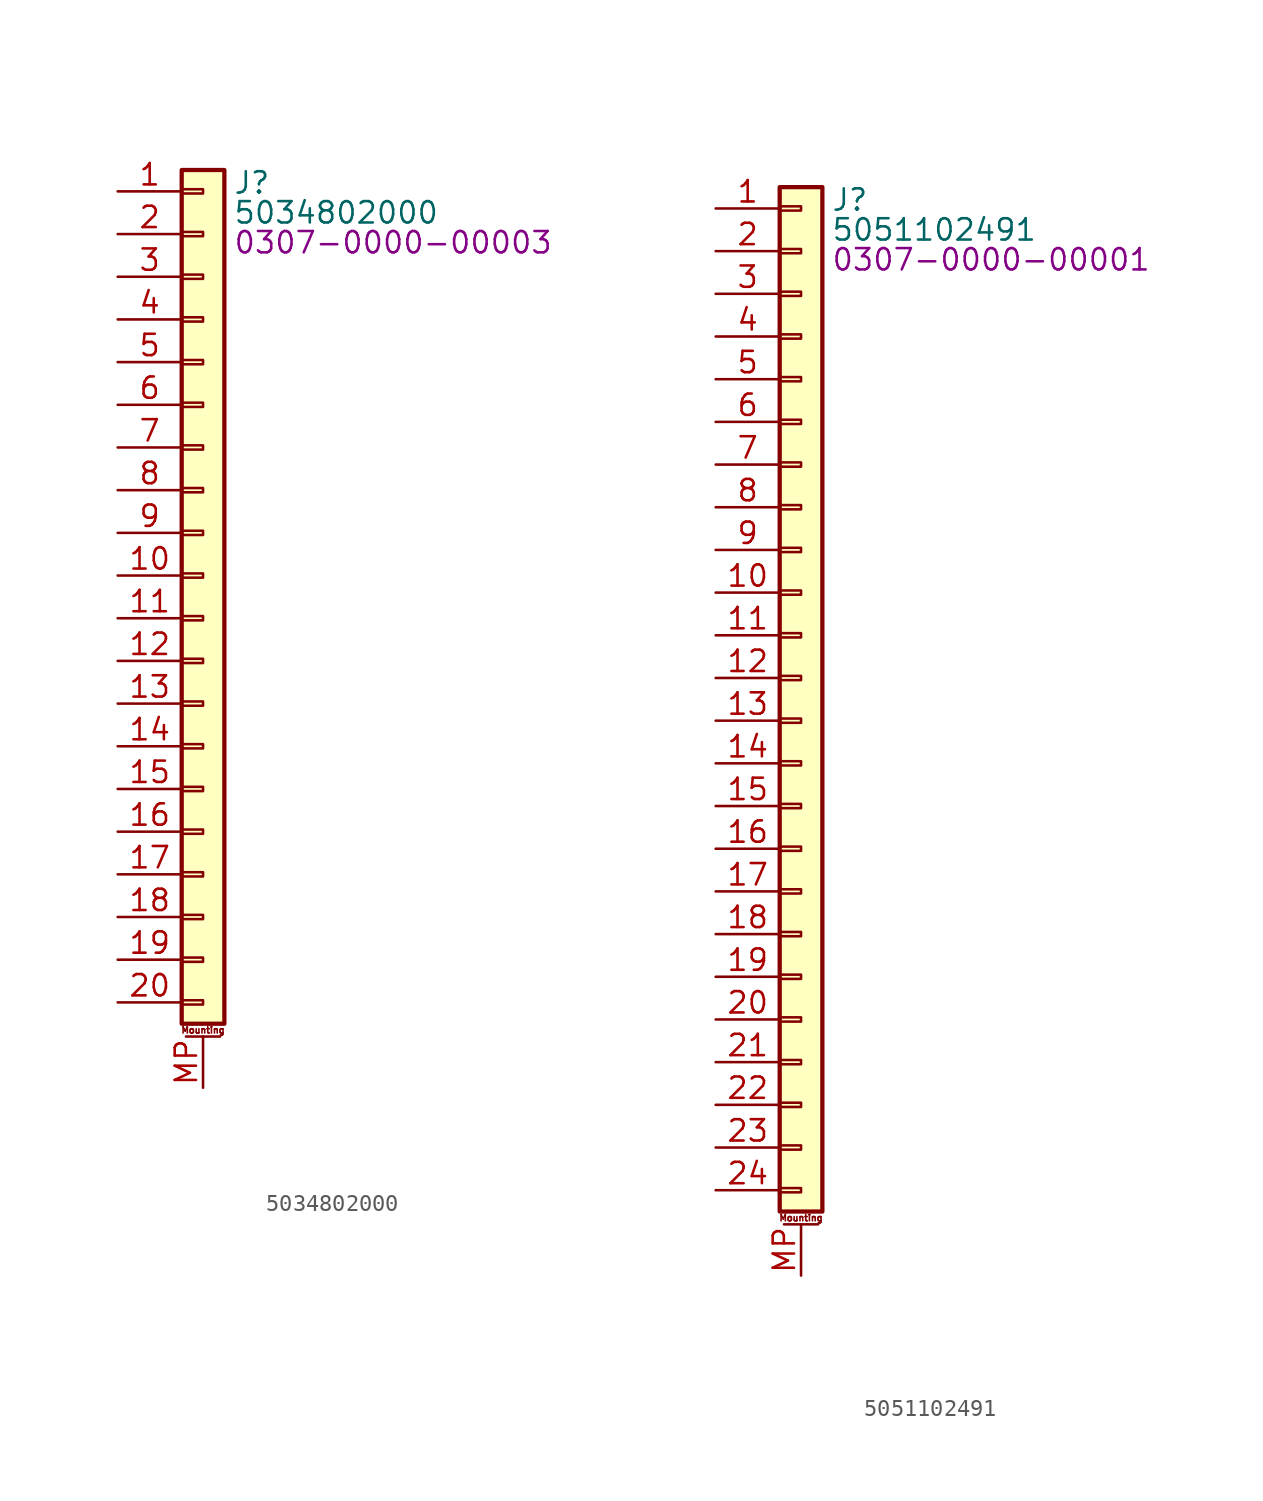
<source format=kicad_sym>
(kicad_symbol_lib
  (version 20231120)
  (generator "kicad_symbol_editor")
  (generator_version "8.0")
  (symbol "5034802000"
    (pin_names
      (offset 1.016) hide)
    (property "Reference" "J"
      (at 1.778 23.368 0)
      (effects (font (size 1.27 1.27)) (justify left)))
    (property "Value" "5034802000"
      (at 1.778 21.59 0)
      (effects (font (size 1.27 1.27)) (justify left)))
    (property "PartNumber" "0307-0000-00003"
      (at 1.778 19.812 0)
      (effects (font (size 1.27 1.27)) (justify left)))
    (symbol "5034802000_1_1"
      (rectangle (start -1.27 -25.273) (end 0 -25.527) (stroke (width 0.152) (type default)) (fill (type none)))
      (rectangle (start -1.27 -22.733) (end 0 -22.987) (stroke (width 0.152) (type default)) (fill (type none)))
      (rectangle (start -1.27 -20.193) (end 0 -20.447) (stroke (width 0.152) (type default)) (fill (type none)))
      (rectangle (start -1.27 -17.653) (end 0 -17.907) (stroke (width 0.152) (type default)) (fill (type none)))
      (rectangle (start -1.27 -15.113) (end 0 -15.367) (stroke (width 0.152) (type default)) (fill (type none)))
      (rectangle (start -1.27 -12.573) (end 0 -12.827) (stroke (width 0.152) (type default)) (fill (type none)))
      (rectangle (start -1.27 -10.033) (end 0 -10.287) (stroke (width 0.152) (type default)) (fill (type none)))
      (rectangle (start -1.27 -7.493) (end 0 -7.747) (stroke (width 0.152) (type default)) (fill (type none)))
      (rectangle (start -1.27 -4.953) (end 0 -5.207) (stroke (width 0.152) (type default)) (fill (type none)))
      (rectangle (start -1.27 -2.413) (end 0 -2.667) (stroke (width 0.152) (type default)) (fill (type none)))
      (rectangle (start -1.27 0.127) (end 0 -0.127) (stroke (width 0.152) (type default)) (fill (type none)))
      (rectangle (start -1.27 2.667) (end 0 2.413) (stroke (width 0.152) (type default)) (fill (type none)))
      (rectangle (start -1.27 5.207) (end 0 4.953) (stroke (width 0.152) (type default)) (fill (type none)))
      (rectangle (start -1.27 7.747) (end 0 7.493) (stroke (width 0.152) (type default)) (fill (type none)))
      (rectangle (start -1.27 10.287) (end 0 10.033) (stroke (width 0.152) (type default)) (fill (type none)))
      (rectangle (start -1.27 12.827) (end 0 12.573) (stroke (width 0.152) (type default)) (fill (type none)))
      (rectangle (start -1.27 15.367) (end 0 15.113) (stroke (width 0.152) (type default)) (fill (type none)))
      (rectangle (start -1.27 17.907) (end 0 17.653) (stroke (width 0.152) (type default)) (fill (type none)))
      (rectangle (start -1.27 20.447) (end 0 20.193) (stroke (width 0.152) (type default)) (fill (type none)))
      (rectangle (start -1.27 22.987) (end 0 22.733) (stroke (width 0.152) (type default)) (fill (type none)))
      (rectangle (start -1.27 24.13) (end 1.27 -26.67) (stroke (width 0.254) (type default)) (fill (type background)))
      (polyline (pts (xy -1.016 -27.432) (xy 1.016 -27.432)) (stroke (width 0.152) (type default)) (fill (type none)))
      (text "Mounting" (at 0 -27.051 0) (effects (font (size 0.381 0.381))))
      (pin passive line (at -5.08 22.86 0) (length 3.81) (name "Pin_1" (effects (font (size 1.27 1.27)))) (number "1" (effects (font (size 1.27 1.27)))))
      (pin passive line (at -5.08 0 0) (length 3.81) (name "Pin_10" (effects (font (size 1.27 1.27)))) (number "10" (effects (font (size 1.27 1.27)))))
      (pin passive line (at -5.08 -2.54 0) (length 3.81) (name "Pin_11" (effects (font (size 1.27 1.27)))) (number "11" (effects (font (size 1.27 1.27)))))
      (pin passive line (at -5.08 -5.08 0) (length 3.81) (name "Pin_12" (effects (font (size 1.27 1.27)))) (number "12" (effects (font (size 1.27 1.27)))))
      (pin passive line (at -5.08 -7.62 0) (length 3.81) (name "Pin_13" (effects (font (size 1.27 1.27)))) (number "13" (effects (font (size 1.27 1.27)))))
      (pin passive line (at -5.08 -10.16 0) (length 3.81) (name "Pin_14" (effects (font (size 1.27 1.27)))) (number "14" (effects (font (size 1.27 1.27)))))
      (pin passive line (at -5.08 -12.7 0) (length 3.81) (name "Pin_15" (effects (font (size 1.27 1.27)))) (number "15" (effects (font (size 1.27 1.27)))))
      (pin passive line (at -5.08 -15.24 0) (length 3.81) (name "Pin_16" (effects (font (size 1.27 1.27)))) (number "16" (effects (font (size 1.27 1.27)))))
      (pin passive line (at -5.08 -17.78 0) (length 3.81) (name "Pin_17" (effects (font (size 1.27 1.27)))) (number "17" (effects (font (size 1.27 1.27)))))
      (pin passive line (at -5.08 -20.32 0) (length 3.81) (name "Pin_18" (effects (font (size 1.27 1.27)))) (number "18" (effects (font (size 1.27 1.27)))))
      (pin passive line (at -5.08 -22.86 0) (length 3.81) (name "Pin_19" (effects (font (size 1.27 1.27)))) (number "19" (effects (font (size 1.27 1.27)))))
      (pin passive line (at -5.08 20.32 0) (length 3.81) (name "Pin_2" (effects (font (size 1.27 1.27)))) (number "2" (effects (font (size 1.27 1.27)))))
      (pin passive line (at -5.08 -25.4 0) (length 3.81) (name "Pin_20" (effects (font (size 1.27 1.27)))) (number "20" (effects (font (size 1.27 1.27)))))
      (pin passive line (at -5.08 17.78 0) (length 3.81) (name "Pin_3" (effects (font (size 1.27 1.27)))) (number "3" (effects (font (size 1.27 1.27)))))
      (pin passive line (at -5.08 15.24 0) (length 3.81) (name "Pin_4" (effects (font (size 1.27 1.27)))) (number "4" (effects (font (size 1.27 1.27)))))
      (pin passive line (at -5.08 12.7 0) (length 3.81) (name "Pin_5" (effects (font (size 1.27 1.27)))) (number "5" (effects (font (size 1.27 1.27)))))
      (pin passive line (at -5.08 10.16 0) (length 3.81) (name "Pin_6" (effects (font (size 1.27 1.27)))) (number "6" (effects (font (size 1.27 1.27)))))
      (pin passive line (at -5.08 7.62 0) (length 3.81) (name "Pin_7" (effects (font (size 1.27 1.27)))) (number "7" (effects (font (size 1.27 1.27)))))
      (pin passive line (at -5.08 5.08 0) (length 3.81) (name "Pin_8" (effects (font (size 1.27 1.27)))) (number "8" (effects (font (size 1.27 1.27)))))
      (pin passive line (at -5.08 2.54 0) (length 3.81) (name "Pin_9" (effects (font (size 1.27 1.27)))) (number "9" (effects (font (size 1.27 1.27)))))
      (pin passive line (at 0 -30.48 90) (length 3.048) (name "MountPin" (effects (font (size 1.27 1.27)))) (number "MP" (effects (font (size 1.27 1.27)))))))
  (symbol "5051102491"
    (pin_names hide)
    (property "Reference" "J"
      (at 1.778 -2.032 0)
      (effects (font (size 1.27 1.27)) (justify left)))
    (property "Value" "5051102491"
      (at 1.778 -3.81 0)
      (effects (font (size 1.27 1.27)) (justify left)))
    (property "PartNumber" "0307-0000-00001"
      (at 1.778 -5.588 0)
      (effects (font (size 1.27 1.27)) (justify left)))
    (symbol "5051102491_1_1"
      (rectangle (start -1.27 -60.833) (end 0 -61.087) (stroke (width 0.152) (type default)) (fill (type none)))
      (rectangle (start -1.27 -58.293) (end 0 -58.547) (stroke (width 0.152) (type default)) (fill (type none)))
      (rectangle (start -1.27 -55.753) (end 0 -56.007) (stroke (width 0.152) (type default)) (fill (type none)))
      (rectangle (start -1.27 -53.213) (end 0 -53.467) (stroke (width 0.152) (type default)) (fill (type none)))
      (rectangle (start -1.27 -50.673) (end 0 -50.927) (stroke (width 0.152) (type default)) (fill (type none)))
      (rectangle (start -1.27 -48.133) (end 0 -48.387) (stroke (width 0.152) (type default)) (fill (type none)))
      (rectangle (start -1.27 -45.593) (end 0 -45.847) (stroke (width 0.152) (type default)) (fill (type none)))
      (rectangle (start -1.27 -43.053) (end 0 -43.307) (stroke (width 0.152) (type default)) (fill (type none)))
      (rectangle (start -1.27 -40.513) (end 0 -40.767) (stroke (width 0.152) (type default)) (fill (type none)))
      (rectangle (start -1.27 -37.973) (end 0 -38.227) (stroke (width 0.152) (type default)) (fill (type none)))
      (rectangle (start -1.27 -35.433) (end 0 -35.687) (stroke (width 0.152) (type default)) (fill (type none)))
      (rectangle (start -1.27 -32.893) (end 0 -33.147) (stroke (width 0.152) (type default)) (fill (type none)))
      (rectangle (start -1.27 -30.353) (end 0 -30.607) (stroke (width 0.152) (type default)) (fill (type none)))
      (rectangle (start -1.27 -27.813) (end 0 -28.067) (stroke (width 0.152) (type default)) (fill (type none)))
      (rectangle (start -1.27 -25.273) (end 0 -25.527) (stroke (width 0.152) (type default)) (fill (type none)))
      (rectangle (start -1.27 -22.733) (end 0 -22.987) (stroke (width 0.152) (type default)) (fill (type none)))
      (rectangle (start -1.27 -20.193) (end 0 -20.447) (stroke (width 0.152) (type default)) (fill (type none)))
      (rectangle (start -1.27 -17.653) (end 0 -17.907) (stroke (width 0.152) (type default)) (fill (type none)))
      (rectangle (start -1.27 -15.113) (end 0 -15.367) (stroke (width 0.152) (type default)) (fill (type none)))
      (rectangle (start -1.27 -12.573) (end 0 -12.827) (stroke (width 0.152) (type default)) (fill (type none)))
      (rectangle (start -1.27 -10.033) (end 0 -10.287) (stroke (width 0.152) (type default)) (fill (type none)))
      (rectangle (start -1.27 -7.493) (end 0 -7.747) (stroke (width 0.152) (type default)) (fill (type none)))
      (rectangle (start -1.27 -4.953) (end 0 -5.207) (stroke (width 0.152) (type default)) (fill (type none)))
      (rectangle (start -1.27 -2.413) (end 0 -2.667) (stroke (width 0.152) (type default)) (fill (type none)))
      (rectangle (start -1.27 -1.27) (end 1.27 -62.23) (stroke (width 0.254) (type default)) (fill (type background)))
      (polyline (pts (xy -1.016 -62.992) (xy 1.016 -62.992)) (stroke (width 0.152) (type default)) (fill (type none)))
      (text "Mounting" (at 0 -62.611 0) (effects (font (size 0.381 0.381))))
      (pin passive line (at -5.08 -2.54 0) (length 3.81) (name "Pin_1" (effects (font (size 1.27 1.27)))) (number "1" (effects (font (size 1.27 1.27)))))
      (pin passive line (at -5.08 -25.4 0) (length 3.81) (name "Pin_10" (effects (font (size 1.27 1.27)))) (number "10" (effects (font (size 1.27 1.27)))))
      (pin passive line (at -5.08 -27.94 0) (length 3.81) (name "Pin_11" (effects (font (size 1.27 1.27)))) (number "11" (effects (font (size 1.27 1.27)))))
      (pin passive line (at -5.08 -30.48 0) (length 3.81) (name "Pin_12" (effects (font (size 1.27 1.27)))) (number "12" (effects (font (size 1.27 1.27)))))
      (pin passive line (at -5.08 -33.02 0) (length 3.81) (name "Pin_13" (effects (font (size 1.27 1.27)))) (number "13" (effects (font (size 1.27 1.27)))))
      (pin passive line (at -5.08 -35.56 0) (length 3.81) (name "Pin_14" (effects (font (size 1.27 1.27)))) (number "14" (effects (font (size 1.27 1.27)))))
      (pin passive line (at -5.08 -38.1 0) (length 3.81) (name "Pin_15" (effects (font (size 1.27 1.27)))) (number "15" (effects (font (size 1.27 1.27)))))
      (pin passive line (at -5.08 -40.64 0) (length 3.81) (name "Pin_16" (effects (font (size 1.27 1.27)))) (number "16" (effects (font (size 1.27 1.27)))))
      (pin passive line (at -5.08 -43.18 0) (length 3.81) (name "Pin_17" (effects (font (size 1.27 1.27)))) (number "17" (effects (font (size 1.27 1.27)))))
      (pin passive line (at -5.08 -45.72 0) (length 3.81) (name "Pin_18" (effects (font (size 1.27 1.27)))) (number "18" (effects (font (size 1.27 1.27)))))
      (pin passive line (at -5.08 -48.26 0) (length 3.81) (name "Pin_19" (effects (font (size 1.27 1.27)))) (number "19" (effects (font (size 1.27 1.27)))))
      (pin passive line (at -5.08 -5.08 0) (length 3.81) (name "Pin_2" (effects (font (size 1.27 1.27)))) (number "2" (effects (font (size 1.27 1.27)))))
      (pin passive line (at -5.08 -50.8 0) (length 3.81) (name "Pin_20" (effects (font (size 1.27 1.27)))) (number "20" (effects (font (size 1.27 1.27)))))
      (pin passive line (at -5.08 -53.34 0) (length 3.81) (name "Pin_21" (effects (font (size 1.27 1.27)))) (number "21" (effects (font (size 1.27 1.27)))))
      (pin passive line (at -5.08 -55.88 0) (length 3.81) (name "Pin_22" (effects (font (size 1.27 1.27)))) (number "22" (effects (font (size 1.27 1.27)))))
      (pin passive line (at -5.08 -58.42 0) (length 3.81) (name "Pin_23" (effects (font (size 1.27 1.27)))) (number "23" (effects (font (size 1.27 1.27)))))
      (pin passive line (at -5.08 -60.96 0) (length 3.81) (name "Pin_24" (effects (font (size 1.27 1.27)))) (number "24" (effects (font (size 1.27 1.27)))))
      (pin passive line (at -5.08 -7.62 0) (length 3.81) (name "Pin_3" (effects (font (size 1.27 1.27)))) (number "3" (effects (font (size 1.27 1.27)))))
      (pin passive line (at -5.08 -10.16 0) (length 3.81) (name "Pin_4" (effects (font (size 1.27 1.27)))) (number "4" (effects (font (size 1.27 1.27)))))
      (pin passive line (at -5.08 -12.7 0) (length 3.81) (name "Pin_5" (effects (font (size 1.27 1.27)))) (number "5" (effects (font (size 1.27 1.27)))))
      (pin passive line (at -5.08 -15.24 0) (length 3.81) (name "Pin_6" (effects (font (size 1.27 1.27)))) (number "6" (effects (font (size 1.27 1.27)))))
      (pin passive line (at -5.08 -17.78 0) (length 3.81) (name "Pin_7" (effects (font (size 1.27 1.27)))) (number "7" (effects (font (size 1.27 1.27)))))
      (pin passive line (at -5.08 -20.32 0) (length 3.81) (name "Pin_8" (effects (font (size 1.27 1.27)))) (number "8" (effects (font (size 1.27 1.27)))))
      (pin passive line (at -5.08 -22.86 0) (length 3.81) (name "Pin_9" (effects (font (size 1.27 1.27)))) (number "9" (effects (font (size 1.27 1.27)))))
      (pin passive line (at 0 -66.04 90) (length 3.048) (name "MountPin" (effects (font (size 1.27 1.27)))) (number "MP" (effects (font (size 1.27 1.27))))))))
</source>
